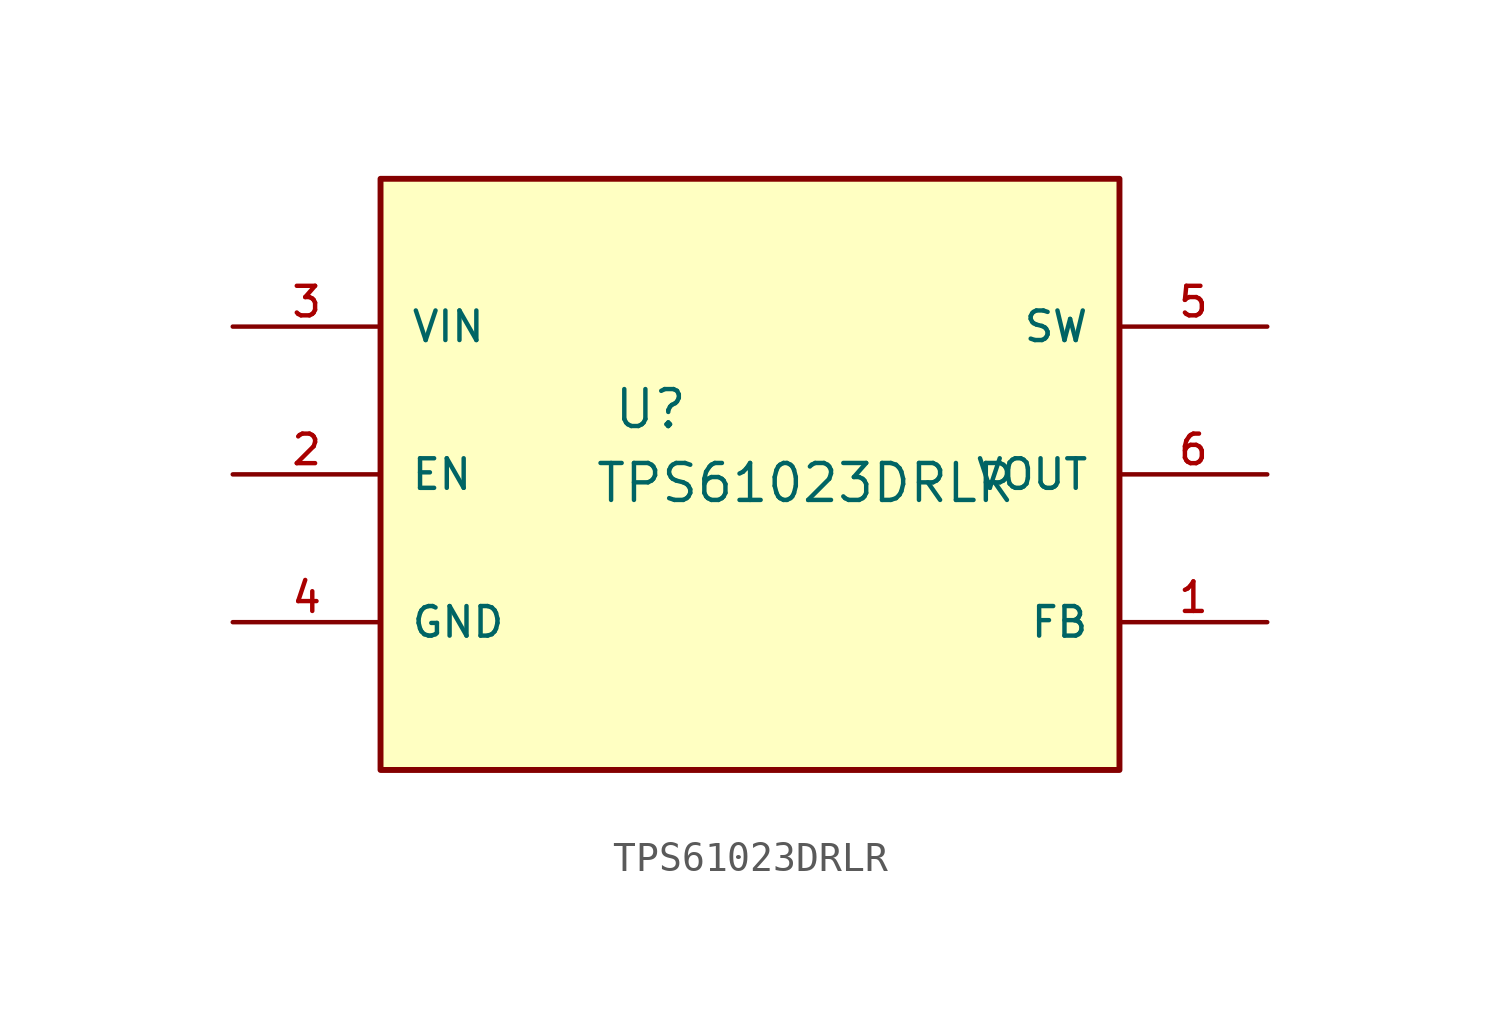
<source format=kicad_sym>
(kicad_symbol_lib
  (version 20211014)
  (generator kicad_symbol_editor)
  (symbol "TPS61023DRLR"
    (pin_names
      (offset 1.016))
    (property "Reference" "U"
      (at -4.724 1.499 0.0)
      (effects (font (size 1.27 1.27)) (justify bottom left)))
    (property "Value" "TPS61023DRLR"
      (at -5.359 -1.041 0.0)
      (effects (font (size 1.27 1.27)) (justify bottom left)))
    (symbol "TPS61023DRLR_0_0"
      (rectangle (start -12.7 -10.16) (end 12.7 10.16) (stroke (width 0.203)) (fill (type background)))
      (pin input line (at 17.78 -5.08 180.0) (length 5.08) (name "FB" (effects (font (size 1.016 1.016)))) (number "1" (effects (font (size 1.016 1.016)))))
      (pin input line (at -17.78 0.0 0) (length 5.08) (name "EN" (effects (font (size 1.016 1.016)))) (number "2" (effects (font (size 1.016 1.016)))))
      (pin power_in line (at -17.78 5.08 0) (length 5.08) (name "VIN" (effects (font (size 1.016 1.016)))) (number "3" (effects (font (size 1.016 1.016)))))
      (pin power_in line (at -17.78 -5.08 0) (length 5.08) (name "GND" (effects (font (size 1.016 1.016)))) (number "4" (effects (font (size 1.016 1.016)))))
      (pin power_in line (at 17.78 5.08 180.0) (length 5.08) (name "SW" (effects (font (size 1.016 1.016)))) (number "5" (effects (font (size 1.016 1.016)))))
      (pin power_in line (at 17.78 0.0 180.0) (length 5.08) (name "VOUT" (effects (font (size 1.016 1.016)))) (number "6" (effects (font (size 1.016 1.016))))))))
</source>
